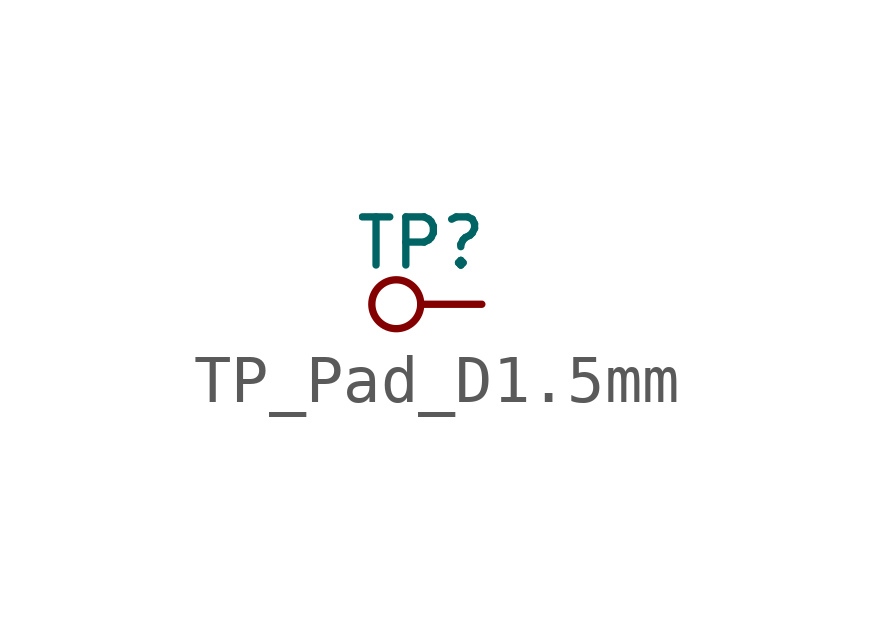
<source format=kicad_sym>
(kicad_symbol_lib
  (version 20241209)
  (generator "kicad_symbol_editor")
  (generator_version "9.0")
  (symbol "TP_Pad_D1.5mm"
    (pin_numbers
      (hide yes))
    (pin_names
      (hide yes))
    (property "Reference" "TP"
      (at 0 1.27 0)
      (effects (font (size 1 1))))
    (symbol "TP_Pad_D1.5mm_0_1"
      (circle (center -0.508 0) (radius 0.508) (stroke (width 0) (type default)) (fill (type none))))
    (symbol "TP_Pad_D1.5mm_1_1"
      (pin passive line (at 1.27 0 180) (length 1.27) (name "1" (effects (font (size 1 1)))) (number "1" (effects (font (size 1 1))))))))
</source>
